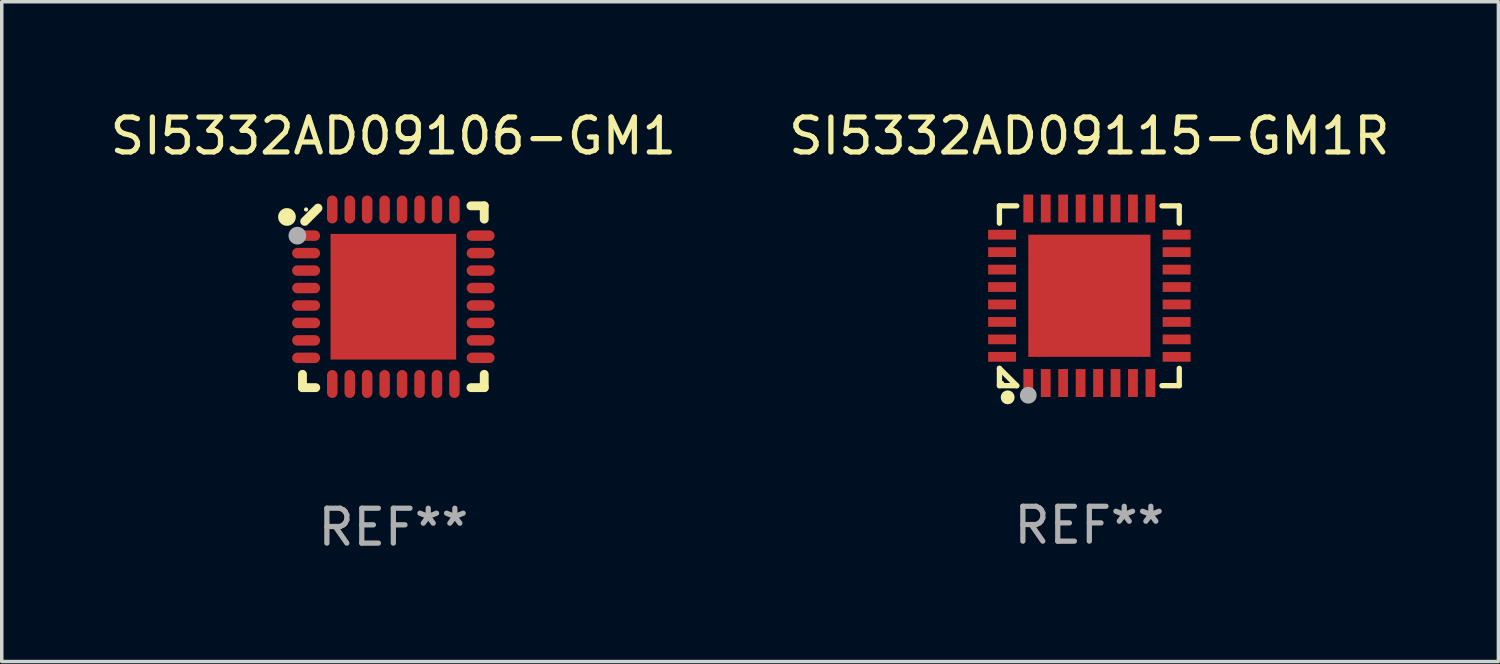
<source format=kicad_pcb>
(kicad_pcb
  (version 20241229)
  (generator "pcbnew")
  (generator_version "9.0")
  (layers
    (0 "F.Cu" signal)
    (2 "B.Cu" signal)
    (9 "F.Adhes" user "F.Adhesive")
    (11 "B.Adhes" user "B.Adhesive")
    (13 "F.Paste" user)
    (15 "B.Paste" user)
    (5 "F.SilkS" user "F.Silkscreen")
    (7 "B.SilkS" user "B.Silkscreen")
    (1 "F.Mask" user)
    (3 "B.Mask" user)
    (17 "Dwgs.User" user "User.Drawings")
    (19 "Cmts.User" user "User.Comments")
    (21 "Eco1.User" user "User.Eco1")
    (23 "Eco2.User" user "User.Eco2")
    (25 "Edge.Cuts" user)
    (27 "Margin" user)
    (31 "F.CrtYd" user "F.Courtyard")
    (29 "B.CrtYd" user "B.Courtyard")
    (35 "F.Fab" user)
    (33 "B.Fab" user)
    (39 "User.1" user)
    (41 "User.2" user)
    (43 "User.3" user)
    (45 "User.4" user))
  (footprint "SI5332AD09115-GM1R"
    (layer "F.Cu")
    (at 28.161 5.424)
    (property "Reference" "SI5332AD09115-GM1R" (at 0 -4.576 0) (layer "F.SilkS") (effects (font (size 1 1) (thickness 0.15))))
    (attr through_hole)
    (fp_line (start -2.576 -2.576) (end -2.08 -2.576) (stroke (width 0.152) (type solid)) (layer "F.SilkS"))
    (fp_line (start -2.576 -2.08) (end -2.576 -2.576) (stroke (width 0.152) (type solid)) (layer "F.SilkS"))
    (fp_line (start -2.576 2.08) (end -2.576 2.576) (stroke (width 0.152) (type solid)) (layer "F.SilkS"))
    (fp_line (start -2.576 2.08) (end -2.08 2.576) (stroke (width 0.152) (type solid)) (layer "F.SilkS"))
    (fp_line (start -2.576 2.576) (end -2.08 2.576) (stroke (width 0.152) (type solid)) (layer "F.SilkS"))
    (fp_line (start 2.576 -2.576) (end 2.08 -2.576) (stroke (width 0.152) (type solid)) (layer "F.SilkS"))
    (fp_line (start 2.576 -2.08) (end 2.576 -2.576) (stroke (width 0.152) (type solid)) (layer "F.SilkS"))
    (fp_line (start 2.576 2.08) (end 2.576 2.576) (stroke (width 0.152) (type solid)) (layer "F.SilkS"))
    (fp_line (start 2.576 2.576) (end 2.08 2.576) (stroke (width 0.152) (type solid)) (layer "F.SilkS"))
    (fp_circle (center -2.5 2.5) (end -2.47 2.5) (stroke (width 0.06) (type solid)) (fill no) (layer "F.SilkS"))
    (fp_circle (center -2.34 2.91) (end -2.24 2.91) (stroke (width 0.2) (type solid)) (fill no) (layer "F.SilkS"))
    (fp_circle (center -1.75 2.85) (end -1.63 2.85) (stroke (width 0.24) (type solid)) (fill no) (layer "F.Fab"))
    (fp_text user "REF**" (at 0 6.576 0) (layer "F.Fab") (effects (font (size 1 1) (thickness 0.15))))
    (pad "1" smd rect (at -1.75 2.5) (size 0.28 0.8) (layers "F.Cu" "F.Mask" "F.Paste"))
    (pad "2" smd rect (at -1.25 2.5) (size 0.28 0.8) (layers "F.Cu" "F.Mask" "F.Paste"))
    (pad "3" smd rect (at -0.75 2.5) (size 0.28 0.8) (layers "F.Cu" "F.Mask" "F.Paste"))
    (pad "4" smd rect (at -0.25 2.5) (size 0.28 0.8) (layers "F.Cu" "F.Mask" "F.Paste"))
    (pad "5" smd rect (at 0.25 2.5) (size 0.28 0.8) (layers "F.Cu" "F.Mask" "F.Paste"))
    (pad "6" smd rect (at 0.75 2.5) (size 0.28 0.8) (layers "F.Cu" "F.Mask" "F.Paste"))
    (pad "7" smd rect (at 1.25 2.5) (size 0.28 0.8) (layers "F.Cu" "F.Mask" "F.Paste"))
    (pad "8" smd rect (at 1.75 2.5) (size 0.28 0.8) (layers "F.Cu" "F.Mask" "F.Paste"))
    (pad "9" smd rect (at 2.5 1.75) (size 0.8 0.28) (layers "F.Cu" "F.Mask" "F.Paste"))
    (pad "10" smd rect (at 2.5 1.25) (size 0.8 0.28) (layers "F.Cu" "F.Mask" "F.Paste"))
    (pad "11" smd rect (at 2.5 0.75) (size 0.8 0.28) (layers "F.Cu" "F.Mask" "F.Paste"))
    (pad "12" smd rect (at 2.5 0.25) (size 0.8 0.28) (layers "F.Cu" "F.Mask" "F.Paste"))
    (pad "13" smd rect (at 2.5 -0.25) (size 0.8 0.28) (layers "F.Cu" "F.Mask" "F.Paste"))
    (pad "14" smd rect (at 2.5 -0.75) (size 0.8 0.28) (layers "F.Cu" "F.Mask" "F.Paste"))
    (pad "15" smd rect (at 2.5 -1.25) (size 0.8 0.28) (layers "F.Cu" "F.Mask" "F.Paste"))
    (pad "16" smd rect (at 2.5 -1.75) (size 0.8 0.28) (layers "F.Cu" "F.Mask" "F.Paste"))
    (pad "17" smd rect (at 1.75 -2.5) (size 0.28 0.8) (layers "F.Cu" "F.Mask" "F.Paste"))
    (pad "18" smd rect (at 1.25 -2.5) (size 0.28 0.8) (layers "F.Cu" "F.Mask" "F.Paste"))
    (pad "19" smd rect (at 0.75 -2.5) (size 0.28 0.8) (layers "F.Cu" "F.Mask" "F.Paste"))
    (pad "20" smd rect (at 0.25 -2.5) (size 0.28 0.8) (layers "F.Cu" "F.Mask" "F.Paste"))
    (pad "21" smd rect (at -0.25 -2.5) (size 0.28 0.8) (layers "F.Cu" "F.Mask" "F.Paste"))
    (pad "22" smd rect (at -0.75 -2.5) (size 0.28 0.8) (layers "F.Cu" "F.Mask" "F.Paste"))
    (pad "23" smd rect (at -1.25 -2.5) (size 0.28 0.8) (layers "F.Cu" "F.Mask" "F.Paste"))
    (pad "24" smd rect (at -1.75 -2.5) (size 0.28 0.8) (layers "F.Cu" "F.Mask" "F.Paste"))
    (pad "25" smd rect (at -2.5 -1.75) (size 0.8 0.28) (layers "F.Cu" "F.Mask" "F.Paste"))
    (pad "26" smd rect (at -2.5 -1.25) (size 0.8 0.28) (layers "F.Cu" "F.Mask" "F.Paste"))
    (pad "27" smd rect (at -2.5 -0.75) (size 0.8 0.28) (layers "F.Cu" "F.Mask" "F.Paste"))
    (pad "28" smd rect (at -2.5 -0.25) (size 0.8 0.28) (layers "F.Cu" "F.Mask" "F.Paste"))
    (pad "29" smd rect (at -2.5 0.25) (size 0.8 0.28) (layers "F.Cu" "F.Mask" "F.Paste"))
    (pad "30" smd rect (at -2.5 0.75) (size 0.8 0.28) (layers "F.Cu" "F.Mask" "F.Paste"))
    (pad "31" smd rect (at -2.5 1.25) (size 0.8 0.28) (layers "F.Cu" "F.Mask" "F.Paste"))
    (pad "32" smd rect (at -2.5 1.75) (size 0.8 0.28) (layers "F.Cu" "F.Mask" "F.Paste"))
    (pad "33" smd rect (at 0 0) (size 3.5 3.5) (layers "F.Cu" "F.Mask" "F.Paste")))
  (footprint "SI5332AD09106-GM1"
    (layer "F.Cu")
    (at 8.22 5.452)
    (property "Reference" "SI5332AD09106-GM1" (at 0 -4.604 0) (layer "F.SilkS") (effects (font (size 1 1) (thickness 0.15))))
    (attr through_hole)
    (fp_line (start -2.604 2.223) (end -2.604 2.604) (stroke (width 0.254) (type solid)) (layer "F.SilkS"))
    (fp_line (start -2.604 2.604) (end -2.223 2.604) (stroke (width 0.254) (type solid)) (layer "F.SilkS"))
    (fp_line (start -2.159 -2.54) (end -2.54 -2.159) (stroke (width 0.254) (type solid)) (layer "F.SilkS"))
    (fp_line (start 2.223 2.604) (end 2.604 2.604) (stroke (width 0.254) (type solid)) (layer "F.SilkS"))
    (fp_line (start 2.604 -2.604) (end 2.223 -2.604) (stroke (width 0.254) (type solid)) (layer "F.SilkS"))
    (fp_line (start 2.604 -2.223) (end 2.604 -2.604) (stroke (width 0.254) (type solid)) (layer "F.SilkS"))
    (fp_line (start 2.604 2.604) (end 2.604 2.223) (stroke (width 0.254) (type solid)) (layer "F.SilkS"))
    (fp_circle (center -3.048 -2.286) (end -2.921 -2.286) (stroke (width 0.254) (type solid)) (fill no) (layer "F.SilkS"))
    (fp_circle (center -2.5 -2.5) (end -2.47 -2.5) (stroke (width 0.06) (type solid)) (fill no) (layer "F.SilkS"))
    (fp_circle (center -2.75 -1.75) (end -2.623 -1.75) (stroke (width 0.254) (type solid)) (fill no) (layer "F.Fab"))
    (fp_text user "REF**" (at 0 6.604 0) (layer "F.Fab") (effects (font (size 1 1) (thickness 0.15))))
    (pad "1" smd oval (at -2.5 -1.75) (size 0.8 0.3) (layers "F.Cu" "F.Mask" "F.Paste"))
    (pad "2" smd oval (at -2.5 -1.25) (size 0.8 0.3) (layers "F.Cu" "F.Mask" "F.Paste"))
    (pad "3" smd oval (at -2.5 -0.75) (size 0.8 0.3) (layers "F.Cu" "F.Mask" "F.Paste"))
    (pad "4" smd oval (at -2.5 -0.25) (size 0.8 0.3) (layers "F.Cu" "F.Mask" "F.Paste"))
    (pad "5" smd oval (at -2.5 0.25) (size 0.8 0.3) (layers "F.Cu" "F.Mask" "F.Paste"))
    (pad "6" smd oval (at -2.5 0.75) (size 0.8 0.3) (layers "F.Cu" "F.Mask" "F.Paste"))
    (pad "7" smd oval (at -2.5 1.25) (size 0.8 0.3) (layers "F.Cu" "F.Mask" "F.Paste"))
    (pad "8" smd oval (at -2.5 1.75) (size 0.8 0.3) (layers "F.Cu" "F.Mask" "F.Paste"))
    (pad "9" smd oval (at -1.75 2.5) (size 0.3 0.8) (layers "F.Cu" "F.Mask" "F.Paste"))
    (pad "10" smd oval (at -1.25 2.5) (size 0.3 0.8) (layers "F.Cu" "F.Mask" "F.Paste"))
    (pad "11" smd oval (at -0.75 2.5) (size 0.3 0.8) (layers "F.Cu" "F.Mask" "F.Paste"))
    (pad "12" smd oval (at -0.25 2.5) (size 0.3 0.8) (layers "F.Cu" "F.Mask" "F.Paste"))
    (pad "13" smd oval (at 0.25 2.5) (size 0.3 0.8) (layers "F.Cu" "F.Mask" "F.Paste"))
    (pad "14" smd oval (at 0.75 2.5) (size 0.3 0.8) (layers "F.Cu" "F.Mask" "F.Paste"))
    (pad "15" smd oval (at 1.25 2.5) (size 0.3 0.8) (layers "F.Cu" "F.Mask" "F.Paste"))
    (pad "16" smd oval (at 1.75 2.5) (size 0.3 0.8) (layers "F.Cu" "F.Mask" "F.Paste"))
    (pad "17" smd oval (at 2.5 1.75) (size 0.8 0.3) (layers "F.Cu" "F.Mask" "F.Paste"))
    (pad "18" smd oval (at 2.5 1.25) (size 0.8 0.3) (layers "F.Cu" "F.Mask" "F.Paste"))
    (pad "19" smd oval (at 2.5 0.75) (size 0.8 0.3) (layers "F.Cu" "F.Mask" "F.Paste"))
    (pad "20" smd oval (at 2.5 0.25) (size 0.8 0.3) (layers "F.Cu" "F.Mask" "F.Paste"))
    (pad "21" smd oval (at 2.5 -0.25) (size 0.8 0.3) (layers "F.Cu" "F.Mask" "F.Paste"))
    (pad "22" smd oval (at 2.5 -0.75) (size 0.8 0.3) (layers "F.Cu" "F.Mask" "F.Paste"))
    (pad "23" smd oval (at 2.5 -1.25) (size 0.8 0.3) (layers "F.Cu" "F.Mask" "F.Paste"))
    (pad "24" smd oval (at 2.5 -1.75) (size 0.8 0.3) (layers "F.Cu" "F.Mask" "F.Paste"))
    (pad "25" smd oval (at 1.75 -2.5) (size 0.3 0.8) (layers "F.Cu" "F.Mask" "F.Paste"))
    (pad "26" smd oval (at 1.25 -2.5) (size 0.3 0.8) (layers "F.Cu" "F.Mask" "F.Paste"))
    (pad "27" smd oval (at 0.75 -2.5) (size 0.3 0.8) (layers "F.Cu" "F.Mask" "F.Paste"))
    (pad "28" smd oval (at 0.25 -2.5) (size 0.3 0.8) (layers "F.Cu" "F.Mask" "F.Paste"))
    (pad "29" smd oval (at -0.25 -2.5) (size 0.3 0.8) (layers "F.Cu" "F.Mask" "F.Paste"))
    (pad "30" smd oval (at -0.75 -2.5) (size 0.3 0.8) (layers "F.Cu" "F.Mask" "F.Paste"))
    (pad "31" smd oval (at -1.25 -2.5) (size 0.3 0.8) (layers "F.Cu" "F.Mask" "F.Paste"))
    (pad "32" smd oval (at -1.75 -2.5) (size 0.3 0.8) (layers "F.Cu" "F.Mask" "F.Paste"))
    (pad "33" smd rect (at -0.000076 0) (size 3.6 3.6) (layers "F.Cu" "F.Mask" "F.Paste")))
  (gr_rect
    (start -3 -3)
    (end 39.881 15.904)
    (stroke (width 0.1) (type default))
    (fill no)
    (layer "Edge.Cuts")))
</source>
